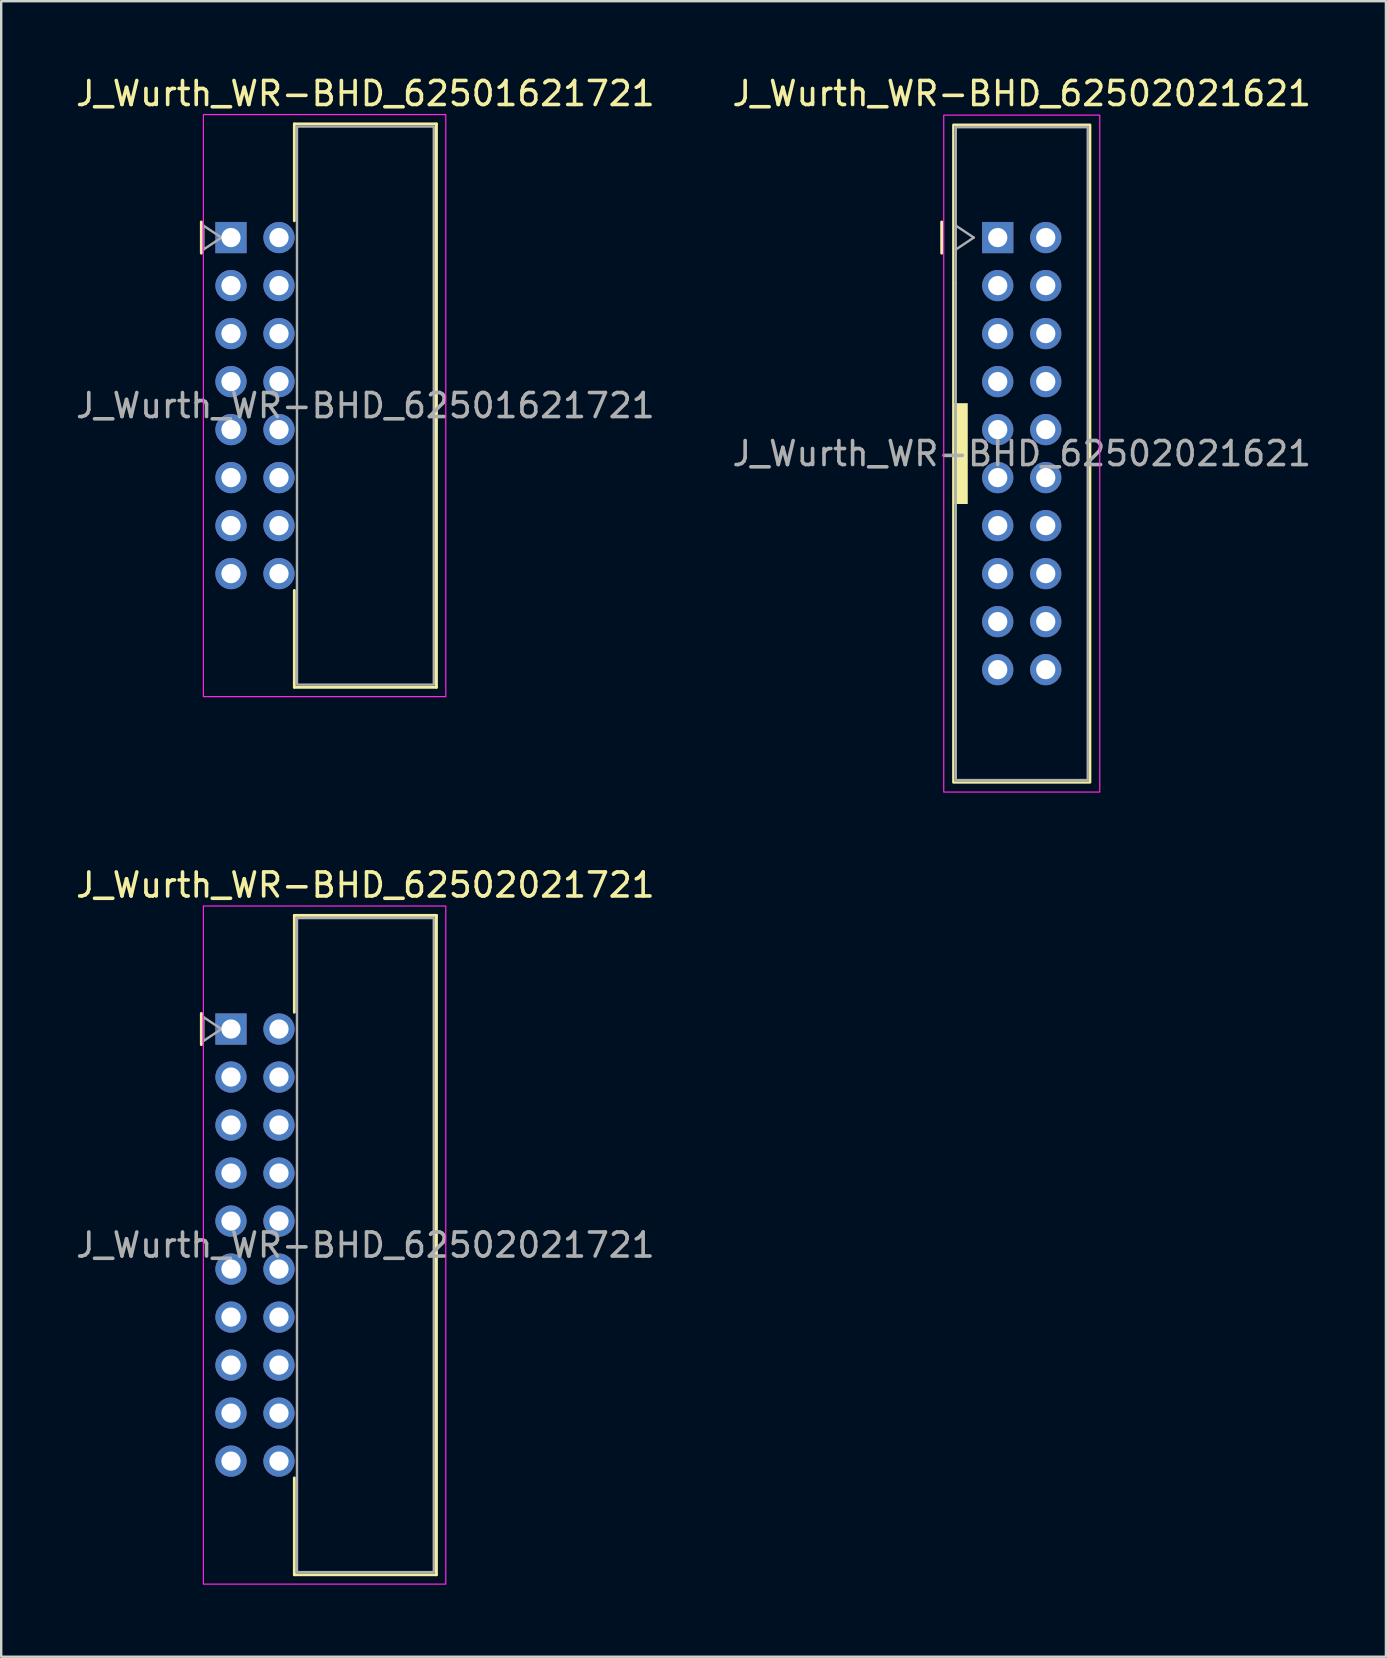
<source format=kicad_pcb>
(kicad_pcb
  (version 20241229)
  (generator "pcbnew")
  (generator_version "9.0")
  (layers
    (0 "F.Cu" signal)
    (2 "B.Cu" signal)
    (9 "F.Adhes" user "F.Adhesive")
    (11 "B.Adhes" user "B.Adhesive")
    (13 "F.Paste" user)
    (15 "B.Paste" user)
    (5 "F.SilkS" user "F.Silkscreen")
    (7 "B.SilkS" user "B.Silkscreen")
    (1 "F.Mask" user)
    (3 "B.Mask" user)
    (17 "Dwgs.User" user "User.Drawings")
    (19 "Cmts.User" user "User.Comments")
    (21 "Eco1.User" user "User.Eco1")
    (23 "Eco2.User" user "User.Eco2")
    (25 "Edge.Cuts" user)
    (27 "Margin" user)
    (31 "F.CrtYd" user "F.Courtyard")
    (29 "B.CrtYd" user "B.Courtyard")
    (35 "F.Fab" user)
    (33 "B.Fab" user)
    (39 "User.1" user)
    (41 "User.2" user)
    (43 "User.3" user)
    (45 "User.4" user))
  (footprint "J_Wurth_WR-BHD_62502021721"
    (layer "F.Cu")
    (at 6.573 39.822)
    (property "Reference" "J_Wurth_WR-BHD_62502021721" (at 5.6 -6 0) (unlocked yes) (layer "F.SilkS") (effects (font (size 1 1) (thickness 0.15))))
    (attr through_hole)
    (fp_line (start -1.235 0.65) (end -1.235 -0.65) (stroke (width 0.12) (type solid)) (layer "F.SilkS"))
    (fp_line (start 2.64 -4.735) (end 8.56 -4.735) (stroke (width 0.12) (type default)) (layer "F.SilkS"))
    (fp_line (start 2.64 -0.7) (end 2.64 -4.735) (stroke (width 0.12) (type solid)) (layer "F.SilkS"))
    (fp_line (start 2.64 22.735) (end 2.64 18.7) (stroke (width 0.12) (type solid)) (layer "F.SilkS"))
    (fp_line (start 8.56 -4.735) (end 8.56 22.735) (stroke (width 0.12) (type default)) (layer "F.SilkS"))
    (fp_line (start 8.56 22.735) (end 2.64 22.735) (stroke (width 0.12) (type default)) (layer "F.SilkS"))
    (fp_rect (start -1.15 -5.125) (end 8.95 23.125) (stroke (width 0.05) (type solid)) (fill no) (layer "F.CrtYd"))
    (fp_line (start -1.15 0.5) (end -1.15 -0.5) (stroke (width 0.1) (type default)) (layer "F.Fab"))
    (fp_line (start -0.4 0) (end -1.15 -0.5) (stroke (width 0.1) (type solid)) (layer "F.Fab"))
    (fp_line (start -0.4 0) (end -1.15 0.5) (stroke (width 0.1) (type solid)) (layer "F.Fab"))
    (fp_rect (start 2.75 -4.625) (end 8.45 22.625) (stroke (width 0.1) (type solid)) (fill no) (layer "F.Fab"))
    (fp_text user "${REFERENCE}" (at 5.6 9 0) (unlocked yes) (layer "F.Fab") (effects (font (size 1 1) (thickness 0.15))))
    (pad "1" thru_hole rect (at 0 0 90) (size 1.3 1.3) (drill 0.8) (layers "*.Cu" "*.Mask"))
    (pad "2" thru_hole circle (at 2 0 90) (size 1.3 1.3) (drill 0.8) (layers "*.Cu" "*.Mask"))
    (pad "3" thru_hole circle (at 0 2 90) (size 1.3 1.3) (drill 0.8) (layers "*.Cu" "*.Mask"))
    (pad "4" thru_hole circle (at 2 2 90) (size 1.3 1.3) (drill 0.8) (layers "*.Cu" "*.Mask"))
    (pad "5" thru_hole circle (at 0 4 90) (size 1.3 1.3) (drill 0.8) (layers "*.Cu" "*.Mask"))
    (pad "6" thru_hole circle (at 2 4 90) (size 1.3 1.3) (drill 0.8) (layers "*.Cu" "*.Mask"))
    (pad "7" thru_hole circle (at 0 6 90) (size 1.3 1.3) (drill 0.8) (layers "*.Cu" "*.Mask"))
    (pad "8" thru_hole circle (at 2 6 90) (size 1.3 1.3) (drill 0.8) (layers "*.Cu" "*.Mask"))
    (pad "9" thru_hole circle (at 0 8 90) (size 1.3 1.3) (drill 0.8) (layers "*.Cu" "*.Mask"))
    (pad "10" thru_hole circle (at 2 8 90) (size 1.3 1.3) (drill 0.8) (layers "*.Cu" "*.Mask"))
    (pad "11" thru_hole circle (at 0 10 90) (size 1.3 1.3) (drill 0.8) (layers "*.Cu" "*.Mask"))
    (pad "12" thru_hole circle (at 2 10 90) (size 1.3 1.3) (drill 0.8) (layers "*.Cu" "*.Mask"))
    (pad "13" thru_hole circle (at 0 12 90) (size 1.3 1.3) (drill 0.8) (layers "*.Cu" "*.Mask"))
    (pad "14" thru_hole circle (at 2 12 90) (size 1.3 1.3) (drill 0.8) (layers "*.Cu" "*.Mask"))
    (pad "15" thru_hole circle (at 0 14 90) (size 1.3 1.3) (drill 0.8) (layers "*.Cu" "*.Mask"))
    (pad "16" thru_hole circle (at 2 14 90) (size 1.3 1.3) (drill 0.8) (layers "*.Cu" "*.Mask"))
    (pad "17" thru_hole circle (at 0 16 90) (size 1.3 1.3) (drill 0.8) (layers "*.Cu" "*.Mask"))
    (pad "18" thru_hole circle (at 2 16 90) (size 1.3 1.3) (drill 0.8) (layers "*.Cu" "*.Mask"))
    (pad "19" thru_hole circle (at 0 18 90) (size 1.3 1.3) (drill 0.8) (layers "*.Cu" "*.Mask"))
    (pad "20" thru_hole circle (at 2 18 90) (size 1.3 1.3) (drill 0.8) (layers "*.Cu" "*.Mask")))
  (footprint "J_Wurth_WR-BHD_62502021621"
    (layer "F.Cu")
    (at 38.518 6.848)
    (property "Reference" "J_Wurth_WR-BHD_62502021621" (at 1 -6 0) (unlocked yes) (layer "F.SilkS") (effects (font (size 1 1) (thickness 0.15))))
    (attr through_hole)
    (fp_line (start -2.335 -0.65) (end -2.335 0.65) (stroke (width 0.12) (type solid)) (layer "F.SilkS"))
    (fp_rect (start -1.8 6.9) (end -1.25 11.1) (stroke (width 0) (type solid)) (fill yes) (layer "F.SilkS"))
    (fp_poly (pts (xy 3.85 22.7) (xy 3.85 -4.7) (xy -1.85 -4.7) (xy -1.85 22.7)) (stroke (width 0.1) (type solid)) (fill no) (layer "F.SilkS"))
    (fp_poly (pts (xy -2.25 -5.1) (xy -2.25 23.1) (xy 4.25 23.1) (xy 4.25 -5.1)) (stroke (width 0.05) (type solid)) (fill no) (layer "F.CrtYd"))
    (fp_line (start -1.75 -4.6) (end -1.75 1.9) (stroke (width 0.1) (type solid)) (layer "F.Fab"))
    (fp_line (start -1.75 1.9) (end -1.75 6.1) (stroke (width 0.1) (type solid)) (layer "F.Fab"))
    (fp_line (start -1.75 6.1) (end -1.75 22.6) (stroke (width 0.1) (type solid)) (layer "F.Fab"))
    (fp_line (start -1.75 22.6) (end 3.75 22.6) (stroke (width 0.1) (type solid)) (layer "F.Fab"))
    (fp_line (start -1 0) (end -1.75 -0.5) (stroke (width 0.1) (type solid)) (layer "F.Fab"))
    (fp_line (start -1 0) (end -1.75 0.5) (stroke (width 0.1) (type solid)) (layer "F.Fab"))
    (fp_line (start 3.75 -4.6) (end -1.75 -4.6) (stroke (width 0.1) (type solid)) (layer "F.Fab"))
    (fp_line (start 3.75 22.6) (end 3.75 -4.6) (stroke (width 0.1) (type solid)) (layer "F.Fab"))
    (fp_text user "${REFERENCE}" (at 1 9 0) (unlocked yes) (layer "F.Fab") (effects (font (size 1 1) (thickness 0.15))))
    (pad "1" thru_hole rect (at 0 0 270) (size 1.3 1.3) (drill 0.8) (layers "*.Cu" "*.Mask"))
    (pad "2" thru_hole circle (at 2 0 270) (size 1.3 1.3) (drill 0.8) (layers "*.Cu" "*.Mask"))
    (pad "3" thru_hole circle (at 0 2 270) (size 1.3 1.3) (drill 0.8) (layers "*.Cu" "*.Mask"))
    (pad "4" thru_hole circle (at 2 2 270) (size 1.3 1.3) (drill 0.8) (layers "*.Cu" "*.Mask"))
    (pad "5" thru_hole circle (at 0 4 270) (size 1.3 1.3) (drill 0.8) (layers "*.Cu" "*.Mask"))
    (pad "6" thru_hole circle (at 2 4 270) (size 1.3 1.3) (drill 0.8) (layers "*.Cu" "*.Mask"))
    (pad "7" thru_hole circle (at 0 6 270) (size 1.3 1.3) (drill 0.8) (layers "*.Cu" "*.Mask"))
    (pad "8" thru_hole circle (at 2 6 270) (size 1.3 1.3) (drill 0.8) (layers "*.Cu" "*.Mask"))
    (pad "9" thru_hole circle (at 0 8 270) (size 1.3 1.3) (drill 0.8) (layers "*.Cu" "*.Mask"))
    (pad "10" thru_hole circle (at 2 8 270) (size 1.3 1.3) (drill 0.8) (layers "*.Cu" "*.Mask"))
    (pad "11" thru_hole circle (at 0 10 270) (size 1.3 1.3) (drill 0.8) (layers "*.Cu" "*.Mask"))
    (pad "12" thru_hole circle (at 2 10 270) (size 1.3 1.3) (drill 0.8) (layers "*.Cu" "*.Mask"))
    (pad "13" thru_hole circle (at 0 12 270) (size 1.3 1.3) (drill 0.8) (layers "*.Cu" "*.Mask"))
    (pad "14" thru_hole circle (at 2 12 270) (size 1.3 1.3) (drill 0.8) (layers "*.Cu" "*.Mask"))
    (pad "15" thru_hole circle (at 0 14 270) (size 1.3 1.3) (drill 0.8) (layers "*.Cu" "*.Mask"))
    (pad "16" thru_hole circle (at 2 14 270) (size 1.3 1.3) (drill 0.8) (layers "*.Cu" "*.Mask"))
    (pad "17" thru_hole circle (at 0 16 270) (size 1.3 1.3) (drill 0.8) (layers "*.Cu" "*.Mask"))
    (pad "18" thru_hole circle (at 2 16 270) (size 1.3 1.3) (drill 0.8) (layers "*.Cu" "*.Mask"))
    (pad "19" thru_hole circle (at 0 18 270) (size 1.3 1.3) (drill 0.8) (layers "*.Cu" "*.Mask"))
    (pad "20" thru_hole circle (at 2 18 270) (size 1.3 1.3) (drill 0.8) (layers "*.Cu" "*.Mask")))
  (footprint "J_Wurth_WR-BHD_62501621721"
    (layer "F.Cu")
    (at 6.573 6.848)
    (property "Reference" "J_Wurth_WR-BHD_62501621721" (at 5.6 -6 0) (unlocked yes) (layer "F.SilkS") (effects (font (size 1 1) (thickness 0.15))))
    (attr through_hole)
    (fp_line (start -1.235 0.65) (end -1.235 -0.65) (stroke (width 0.12) (type solid)) (layer "F.SilkS"))
    (fp_line (start 2.64 -4.735) (end 8.56 -4.735) (stroke (width 0.12) (type default)) (layer "F.SilkS"))
    (fp_line (start 2.64 -0.7) (end 2.64 -4.735) (stroke (width 0.12) (type solid)) (layer "F.SilkS"))
    (fp_line (start 2.64 18.735) (end 2.64 14.7) (stroke (width 0.12) (type solid)) (layer "F.SilkS"))
    (fp_line (start 8.56 -4.735) (end 8.56 18.735) (stroke (width 0.12) (type default)) (layer "F.SilkS"))
    (fp_line (start 8.56 18.735) (end 2.64 18.735) (stroke (width 0.12) (type default)) (layer "F.SilkS"))
    (fp_rect (start -1.15 -5.125) (end 8.95 19.125) (stroke (width 0.05) (type solid)) (fill no) (layer "F.CrtYd"))
    (fp_line (start -1.15 0.5) (end -1.15 -0.5) (stroke (width 0.1) (type default)) (layer "F.Fab"))
    (fp_line (start -0.4 0) (end -1.15 -0.5) (stroke (width 0.1) (type solid)) (layer "F.Fab"))
    (fp_line (start -0.4 0) (end -1.15 0.5) (stroke (width 0.1) (type solid)) (layer "F.Fab"))
    (fp_rect (start 2.75 -4.625) (end 8.45 18.625) (stroke (width 0.1) (type solid)) (fill no) (layer "F.Fab"))
    (fp_text user "${REFERENCE}" (at 5.6 7 0) (unlocked yes) (layer "F.Fab") (effects (font (size 1 1) (thickness 0.15))))
    (pad "1" thru_hole rect (at 0 0 90) (size 1.3 1.3) (drill 0.8) (layers "*.Cu" "*.Mask"))
    (pad "2" thru_hole circle (at 2 0 90) (size 1.3 1.3) (drill 0.8) (layers "*.Cu" "*.Mask"))
    (pad "3" thru_hole circle (at 0 2 90) (size 1.3 1.3) (drill 0.8) (layers "*.Cu" "*.Mask"))
    (pad "4" thru_hole circle (at 2 2 90) (size 1.3 1.3) (drill 0.8) (layers "*.Cu" "*.Mask"))
    (pad "5" thru_hole circle (at 0 4 90) (size 1.3 1.3) (drill 0.8) (layers "*.Cu" "*.Mask"))
    (pad "6" thru_hole circle (at 2 4 90) (size 1.3 1.3) (drill 0.8) (layers "*.Cu" "*.Mask"))
    (pad "7" thru_hole circle (at 0 6 90) (size 1.3 1.3) (drill 0.8) (layers "*.Cu" "*.Mask"))
    (pad "8" thru_hole circle (at 2 6 90) (size 1.3 1.3) (drill 0.8) (layers "*.Cu" "*.Mask"))
    (pad "9" thru_hole circle (at 0 8 90) (size 1.3 1.3) (drill 0.8) (layers "*.Cu" "*.Mask"))
    (pad "10" thru_hole circle (at 2 8 90) (size 1.3 1.3) (drill 0.8) (layers "*.Cu" "*.Mask"))
    (pad "11" thru_hole circle (at 0 10 90) (size 1.3 1.3) (drill 0.8) (layers "*.Cu" "*.Mask"))
    (pad "12" thru_hole circle (at 2 10 90) (size 1.3 1.3) (drill 0.8) (layers "*.Cu" "*.Mask"))
    (pad "13" thru_hole circle (at 0 12 90) (size 1.3 1.3) (drill 0.8) (layers "*.Cu" "*.Mask"))
    (pad "14" thru_hole circle (at 2 12 90) (size 1.3 1.3) (drill 0.8) (layers "*.Cu" "*.Mask"))
    (pad "15" thru_hole circle (at 0 14 90) (size 1.3 1.3) (drill 0.8) (layers "*.Cu" "*.Mask"))
    (pad "16" thru_hole circle (at 2 14 90) (size 1.3 1.3) (drill 0.8) (layers "*.Cu" "*.Mask")))
  (gr_rect
    (start -3 -3)
    (end 54.69 65.972)
    (stroke (width 0.1) (type default))
    (fill no)
    (layer "Edge.Cuts")))
</source>
